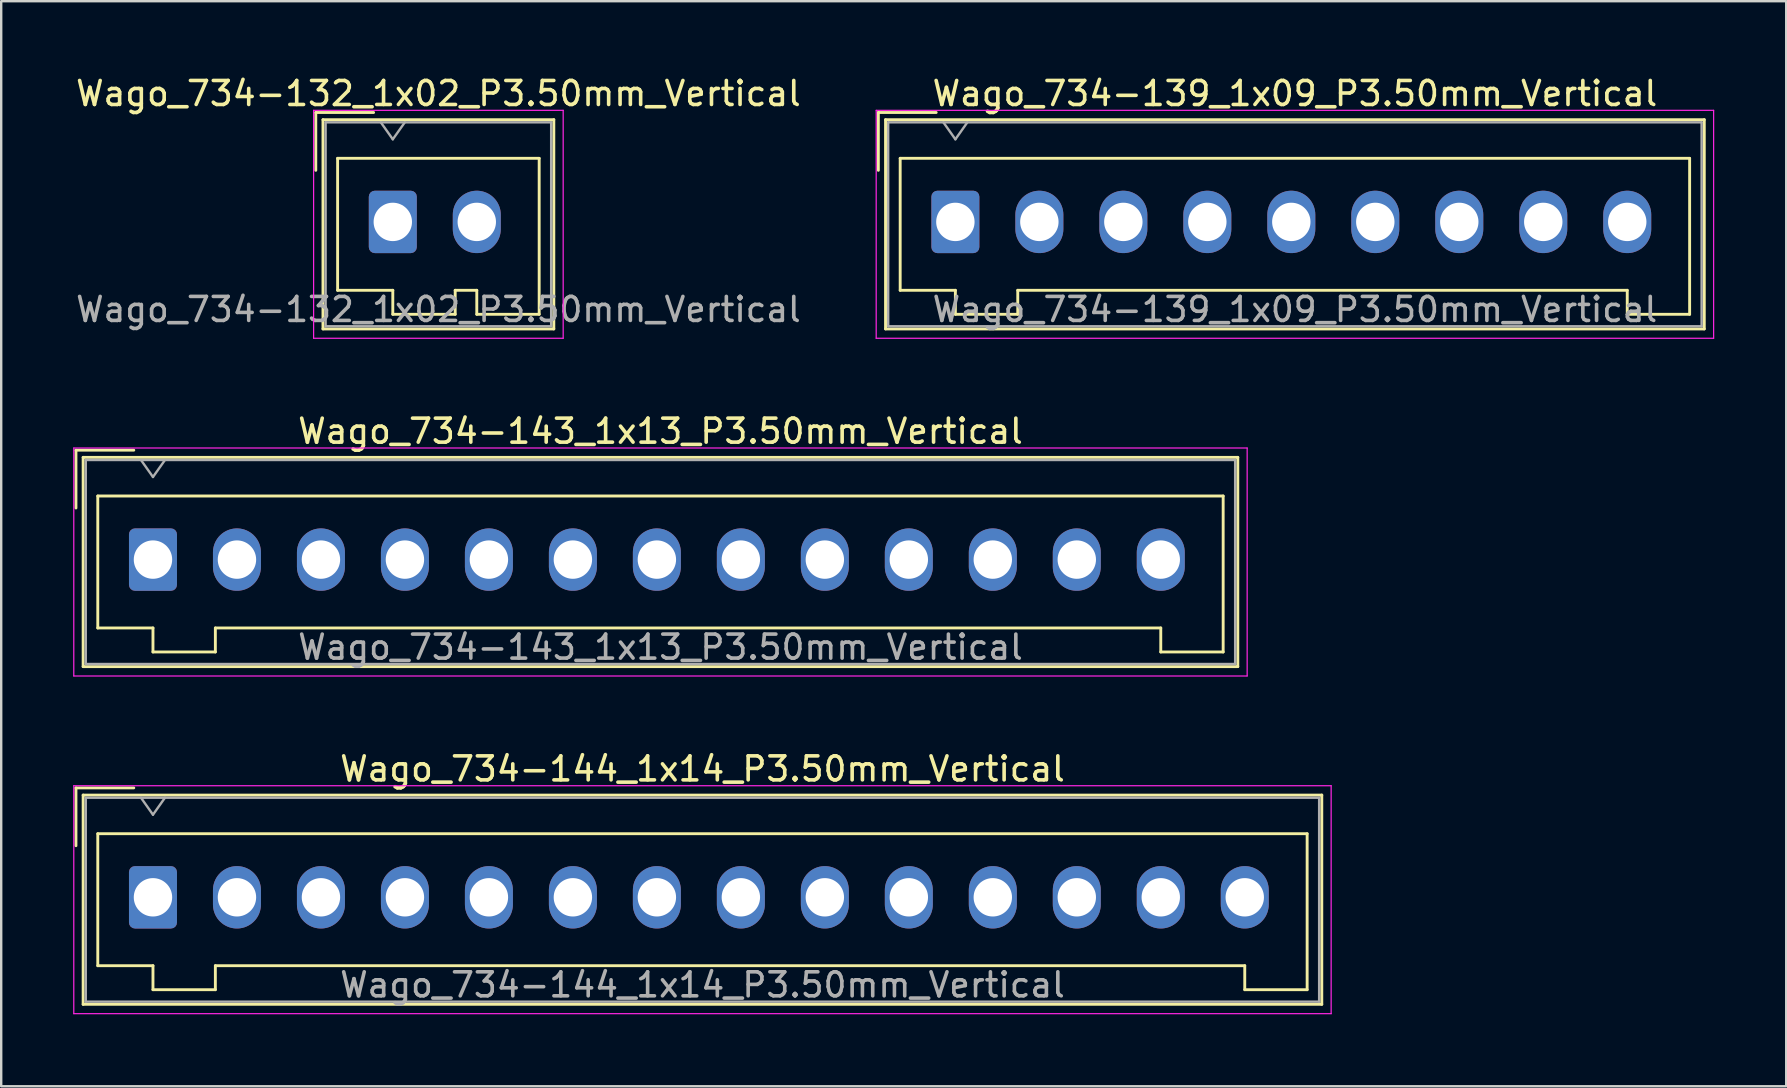
<source format=kicad_pcb>
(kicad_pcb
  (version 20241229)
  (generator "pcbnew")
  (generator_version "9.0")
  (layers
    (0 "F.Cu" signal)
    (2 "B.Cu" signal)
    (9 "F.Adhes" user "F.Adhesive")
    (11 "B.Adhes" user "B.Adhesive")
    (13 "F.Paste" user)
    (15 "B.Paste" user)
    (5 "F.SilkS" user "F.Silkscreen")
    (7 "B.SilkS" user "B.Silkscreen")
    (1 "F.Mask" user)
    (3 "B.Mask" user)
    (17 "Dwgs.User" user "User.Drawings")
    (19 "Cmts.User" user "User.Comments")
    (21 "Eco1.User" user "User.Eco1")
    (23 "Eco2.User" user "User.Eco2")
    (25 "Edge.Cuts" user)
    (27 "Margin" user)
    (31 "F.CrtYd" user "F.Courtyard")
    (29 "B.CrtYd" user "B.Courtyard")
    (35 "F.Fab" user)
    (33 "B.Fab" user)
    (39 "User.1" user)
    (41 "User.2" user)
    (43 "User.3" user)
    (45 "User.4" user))
  (footprint "Wago_734-132_1x02_P3.50mm_Vertical"
    (layer "F.Cu")
    (at 13.32 6.198)
    (property "Reference" "Wago_734-132_1x02_P3.50mm_Vertical" (at 1.9 -5.35 0) (layer "F.SilkS") (effects (font (size 1 1) (thickness 0.15))))
    (attr through_hole)
    (fp_line (start -3.21 -4.56) (end -0.8 -4.56) (stroke (width 0.12) (type solid)) (layer "F.SilkS"))
    (fp_line (start -3.21 -2.15) (end -3.21 -4.56) (stroke (width 0.12) (type solid)) (layer "F.SilkS"))
    (fp_line (start -2.91 -4.26) (end -2.91 4.46) (stroke (width 0.12) (type solid)) (layer "F.SilkS"))
    (fp_line (start -2.91 4.46) (end 6.71 4.46) (stroke (width 0.12) (type solid)) (layer "F.SilkS"))
    (fp_line (start -2.3 -2.65) (end -2.3 2.85) (stroke (width 0.12) (type solid)) (layer "F.SilkS"))
    (fp_line (start -2.3 2.85) (end 0 2.85) (stroke (width 0.12) (type solid)) (layer "F.SilkS"))
    (fp_line (start 0 2.85) (end 0 3.85) (stroke (width 0.12) (type solid)) (layer "F.SilkS"))
    (fp_line (start 0 3.85) (end 2.6 3.85) (stroke (width 0.12) (type solid)) (layer "F.SilkS"))
    (fp_line (start 2.6 2.85) (end 3.5 2.85) (stroke (width 0.12) (type solid)) (layer "F.SilkS"))
    (fp_line (start 2.6 3.85) (end 2.6 2.85) (stroke (width 0.12) (type solid)) (layer "F.SilkS"))
    (fp_line (start 3.5 2.85) (end 3.5 3.85) (stroke (width 0.12) (type solid)) (layer "F.SilkS"))
    (fp_line (start 3.5 3.85) (end 6.1 3.85) (stroke (width 0.12) (type solid)) (layer "F.SilkS"))
    (fp_line (start 6.1 -2.65) (end -2.3 -2.65) (stroke (width 0.12) (type solid)) (layer "F.SilkS"))
    (fp_line (start 6.1 3.85) (end 6.1 -2.65) (stroke (width 0.12) (type solid)) (layer "F.SilkS"))
    (fp_line (start 6.71 -4.26) (end -2.91 -4.26) (stroke (width 0.12) (type solid)) (layer "F.SilkS"))
    (fp_line (start 6.71 4.46) (end 6.71 -4.26) (stroke (width 0.12) (type solid)) (layer "F.SilkS"))
    (fp_line (start -3.3 -4.65) (end -3.3 4.85) (stroke (width 0.05) (type solid)) (layer "F.CrtYd"))
    (fp_line (start -3.3 4.85) (end 7.1 4.85) (stroke (width 0.05) (type solid)) (layer "F.CrtYd"))
    (fp_line (start 7.1 -4.65) (end -3.3 -4.65) (stroke (width 0.05) (type solid)) (layer "F.CrtYd"))
    (fp_line (start 7.1 4.85) (end 7.1 -4.65) (stroke (width 0.05) (type solid)) (layer "F.CrtYd"))
    (fp_line (start -2.8 -4.15) (end -2.8 4.35) (stroke (width 0.1) (type solid)) (layer "F.Fab"))
    (fp_line (start -2.8 4.35) (end 6.6 4.35) (stroke (width 0.1) (type solid)) (layer "F.Fab"))
    (fp_line (start -0.5 -4.15) (end 0 -3.443) (stroke (width 0.1) (type solid)) (layer "F.Fab"))
    (fp_line (start 0 -3.443) (end 0.5 -4.15) (stroke (width 0.1) (type solid)) (layer "F.Fab"))
    (fp_line (start 6.6 -4.15) (end -2.8 -4.15) (stroke (width 0.1) (type solid)) (layer "F.Fab"))
    (fp_line (start 6.6 4.35) (end 6.6 -4.15) (stroke (width 0.1) (type solid)) (layer "F.Fab"))
    (fp_text user "${REFERENCE}" (at 1.9 3.65 0) (layer "F.Fab") (effects (font (size 1 1) (thickness 0.15))))
    (pad "1" thru_hole roundrect (at 0 0) (size 2 2.6) (drill 1.6) (layers "*.Cu" "*.Mask") (roundrect_rratio 0.125))
    (pad "2" thru_hole oval (at 3.5 0) (size 2 2.6) (drill 1.6) (layers "*.Cu" "*.Mask")))
  (footprint "Wago_734-139_1x09_P3.50mm_Vertical"
    (layer "F.Cu")
    (at 36.765 6.198)
    (property "Reference" "Wago_734-139_1x09_P3.50mm_Vertical" (at 14.15 -5.35 0) (layer "F.SilkS") (effects (font (size 1 1) (thickness 0.15))))
    (attr through_hole)
    (fp_line (start -3.21 -4.56) (end -0.8 -4.56) (stroke (width 0.12) (type solid)) (layer "F.SilkS"))
    (fp_line (start -3.21 -2.15) (end -3.21 -4.56) (stroke (width 0.12) (type solid)) (layer "F.SilkS"))
    (fp_line (start -2.91 -4.26) (end -2.91 4.46) (stroke (width 0.12) (type solid)) (layer "F.SilkS"))
    (fp_line (start -2.91 4.46) (end 31.21 4.46) (stroke (width 0.12) (type solid)) (layer "F.SilkS"))
    (fp_line (start -2.3 -2.65) (end -2.3 2.85) (stroke (width 0.12) (type solid)) (layer "F.SilkS"))
    (fp_line (start -2.3 2.85) (end 0 2.85) (stroke (width 0.12) (type solid)) (layer "F.SilkS"))
    (fp_line (start 0 2.85) (end 0 3.85) (stroke (width 0.12) (type solid)) (layer "F.SilkS"))
    (fp_line (start 0 3.85) (end 2.6 3.85) (stroke (width 0.12) (type solid)) (layer "F.SilkS"))
    (fp_line (start 2.6 2.85) (end 28 2.85) (stroke (width 0.12) (type solid)) (layer "F.SilkS"))
    (fp_line (start 2.6 3.85) (end 2.6 2.85) (stroke (width 0.12) (type solid)) (layer "F.SilkS"))
    (fp_line (start 28 2.85) (end 28 3.85) (stroke (width 0.12) (type solid)) (layer "F.SilkS"))
    (fp_line (start 28 3.85) (end 30.6 3.85) (stroke (width 0.12) (type solid)) (layer "F.SilkS"))
    (fp_line (start 30.6 -2.65) (end -2.3 -2.65) (stroke (width 0.12) (type solid)) (layer "F.SilkS"))
    (fp_line (start 30.6 3.85) (end 30.6 -2.65) (stroke (width 0.12) (type solid)) (layer "F.SilkS"))
    (fp_line (start 31.21 -4.26) (end -2.91 -4.26) (stroke (width 0.12) (type solid)) (layer "F.SilkS"))
    (fp_line (start 31.21 4.46) (end 31.21 -4.26) (stroke (width 0.12) (type solid)) (layer "F.SilkS"))
    (fp_line (start -3.3 -4.65) (end -3.3 4.85) (stroke (width 0.05) (type solid)) (layer "F.CrtYd"))
    (fp_line (start -3.3 4.85) (end 31.6 4.85) (stroke (width 0.05) (type solid)) (layer "F.CrtYd"))
    (fp_line (start 31.6 -4.65) (end -3.3 -4.65) (stroke (width 0.05) (type solid)) (layer "F.CrtYd"))
    (fp_line (start 31.6 4.85) (end 31.6 -4.65) (stroke (width 0.05) (type solid)) (layer "F.CrtYd"))
    (fp_line (start -2.8 -4.15) (end -2.8 4.35) (stroke (width 0.1) (type solid)) (layer "F.Fab"))
    (fp_line (start -2.8 4.35) (end 31.1 4.35) (stroke (width 0.1) (type solid)) (layer "F.Fab"))
    (fp_line (start -0.5 -4.15) (end 0 -3.443) (stroke (width 0.1) (type solid)) (layer "F.Fab"))
    (fp_line (start 0 -3.443) (end 0.5 -4.15) (stroke (width 0.1) (type solid)) (layer "F.Fab"))
    (fp_line (start 31.1 -4.15) (end -2.8 -4.15) (stroke (width 0.1) (type solid)) (layer "F.Fab"))
    (fp_line (start 31.1 4.35) (end 31.1 -4.15) (stroke (width 0.1) (type solid)) (layer "F.Fab"))
    (fp_text user "${REFERENCE}" (at 14.15 3.65 0) (layer "F.Fab") (effects (font (size 1 1) (thickness 0.15))))
    (pad "1" thru_hole roundrect (at 0 0) (size 2 2.6) (drill 1.6) (layers "*.Cu" "*.Mask") (roundrect_rratio 0.125))
    (pad "2" thru_hole oval (at 3.5 0) (size 2 2.6) (drill 1.6) (layers "*.Cu" "*.Mask"))
    (pad "3" thru_hole oval (at 7 0) (size 2 2.6) (drill 1.6) (layers "*.Cu" "*.Mask"))
    (pad "4" thru_hole oval (at 10.5 0) (size 2 2.6) (drill 1.6) (layers "*.Cu" "*.Mask"))
    (pad "5" thru_hole oval (at 14 0) (size 2 2.6) (drill 1.6) (layers "*.Cu" "*.Mask"))
    (pad "6" thru_hole oval (at 17.5 0) (size 2 2.6) (drill 1.6) (layers "*.Cu" "*.Mask"))
    (pad "7" thru_hole oval (at 21 0) (size 2 2.6) (drill 1.6) (layers "*.Cu" "*.Mask"))
    (pad "8" thru_hole oval (at 24.5 0) (size 2 2.6) (drill 1.6) (layers "*.Cu" "*.Mask"))
    (pad "9" thru_hole oval (at 28 0) (size 2 2.6) (drill 1.6) (layers "*.Cu" "*.Mask")))
  (footprint "Wago_734-144_1x14_P3.50mm_Vertical"
    (layer "F.Cu")
    (at 3.325 34.345)
    (property "Reference" "Wago_734-144_1x14_P3.50mm_Vertical" (at 22.9 -5.35 0) (layer "F.SilkS") (effects (font (size 1 1) (thickness 0.15))))
    (attr through_hole)
    (fp_line (start -3.21 -4.56) (end -0.8 -4.56) (stroke (width 0.12) (type solid)) (layer "F.SilkS"))
    (fp_line (start -3.21 -2.15) (end -3.21 -4.56) (stroke (width 0.12) (type solid)) (layer "F.SilkS"))
    (fp_line (start -2.91 -4.26) (end -2.91 4.46) (stroke (width 0.12) (type solid)) (layer "F.SilkS"))
    (fp_line (start -2.91 4.46) (end 48.71 4.46) (stroke (width 0.12) (type solid)) (layer "F.SilkS"))
    (fp_line (start -2.3 -2.65) (end -2.3 2.85) (stroke (width 0.12) (type solid)) (layer "F.SilkS"))
    (fp_line (start -2.3 2.85) (end 0 2.85) (stroke (width 0.12) (type solid)) (layer "F.SilkS"))
    (fp_line (start 0 2.85) (end 0 3.85) (stroke (width 0.12) (type solid)) (layer "F.SilkS"))
    (fp_line (start 0 3.85) (end 2.6 3.85) (stroke (width 0.12) (type solid)) (layer "F.SilkS"))
    (fp_line (start 2.6 2.85) (end 45.5 2.85) (stroke (width 0.12) (type solid)) (layer "F.SilkS"))
    (fp_line (start 2.6 3.85) (end 2.6 2.85) (stroke (width 0.12) (type solid)) (layer "F.SilkS"))
    (fp_line (start 45.5 2.85) (end 45.5 3.85) (stroke (width 0.12) (type solid)) (layer "F.SilkS"))
    (fp_line (start 45.5 3.85) (end 48.1 3.85) (stroke (width 0.12) (type solid)) (layer "F.SilkS"))
    (fp_line (start 48.1 -2.65) (end -2.3 -2.65) (stroke (width 0.12) (type solid)) (layer "F.SilkS"))
    (fp_line (start 48.1 3.85) (end 48.1 -2.65) (stroke (width 0.12) (type solid)) (layer "F.SilkS"))
    (fp_line (start 48.71 -4.26) (end -2.91 -4.26) (stroke (width 0.12) (type solid)) (layer "F.SilkS"))
    (fp_line (start 48.71 4.46) (end 48.71 -4.26) (stroke (width 0.12) (type solid)) (layer "F.SilkS"))
    (fp_line (start -3.3 -4.65) (end -3.3 4.85) (stroke (width 0.05) (type solid)) (layer "F.CrtYd"))
    (fp_line (start -3.3 4.85) (end 49.1 4.85) (stroke (width 0.05) (type solid)) (layer "F.CrtYd"))
    (fp_line (start 49.1 -4.65) (end -3.3 -4.65) (stroke (width 0.05) (type solid)) (layer "F.CrtYd"))
    (fp_line (start 49.1 4.85) (end 49.1 -4.65) (stroke (width 0.05) (type solid)) (layer "F.CrtYd"))
    (fp_line (start -2.8 -4.15) (end -2.8 4.35) (stroke (width 0.1) (type solid)) (layer "F.Fab"))
    (fp_line (start -2.8 4.35) (end 48.6 4.35) (stroke (width 0.1) (type solid)) (layer "F.Fab"))
    (fp_line (start -0.5 -4.15) (end 0 -3.443) (stroke (width 0.1) (type solid)) (layer "F.Fab"))
    (fp_line (start 0 -3.443) (end 0.5 -4.15) (stroke (width 0.1) (type solid)) (layer "F.Fab"))
    (fp_line (start 48.6 -4.15) (end -2.8 -4.15) (stroke (width 0.1) (type solid)) (layer "F.Fab"))
    (fp_line (start 48.6 4.35) (end 48.6 -4.15) (stroke (width 0.1) (type solid)) (layer "F.Fab"))
    (fp_text user "${REFERENCE}" (at 22.9 3.65 0) (layer "F.Fab") (effects (font (size 1 1) (thickness 0.15))))
    (pad "1" thru_hole roundrect (at 0 0) (size 2 2.6) (drill 1.6) (layers "*.Cu" "*.Mask") (roundrect_rratio 0.125))
    (pad "2" thru_hole oval (at 3.5 0) (size 2 2.6) (drill 1.6) (layers "*.Cu" "*.Mask"))
    (pad "3" thru_hole oval (at 7 0) (size 2 2.6) (drill 1.6) (layers "*.Cu" "*.Mask"))
    (pad "4" thru_hole oval (at 10.5 0) (size 2 2.6) (drill 1.6) (layers "*.Cu" "*.Mask"))
    (pad "5" thru_hole oval (at 14 0) (size 2 2.6) (drill 1.6) (layers "*.Cu" "*.Mask"))
    (pad "6" thru_hole oval (at 17.5 0) (size 2 2.6) (drill 1.6) (layers "*.Cu" "*.Mask"))
    (pad "7" thru_hole oval (at 21 0) (size 2 2.6) (drill 1.6) (layers "*.Cu" "*.Mask"))
    (pad "8" thru_hole oval (at 24.5 0) (size 2 2.6) (drill 1.6) (layers "*.Cu" "*.Mask"))
    (pad "9" thru_hole oval (at 28 0) (size 2 2.6) (drill 1.6) (layers "*.Cu" "*.Mask"))
    (pad "10" thru_hole oval (at 31.5 0) (size 2 2.6) (drill 1.6) (layers "*.Cu" "*.Mask"))
    (pad "11" thru_hole oval (at 35 0) (size 2 2.6) (drill 1.6) (layers "*.Cu" "*.Mask"))
    (pad "12" thru_hole oval (at 38.5 0) (size 2 2.6) (drill 1.6) (layers "*.Cu" "*.Mask"))
    (pad "13" thru_hole oval (at 42 0) (size 2 2.6) (drill 1.6) (layers "*.Cu" "*.Mask"))
    (pad "14" thru_hole oval (at 45.5 0) (size 2 2.6) (drill 1.6) (layers "*.Cu" "*.Mask")))
  (footprint "Wago_734-143_1x13_P3.50mm_Vertical"
    (layer "F.Cu")
    (at 3.325 20.271)
    (property "Reference" "Wago_734-143_1x13_P3.50mm_Vertical" (at 21.15 -5.35 0) (layer "F.SilkS") (effects (font (size 1 1) (thickness 0.15))))
    (attr through_hole)
    (fp_line (start -3.21 -4.56) (end -0.8 -4.56) (stroke (width 0.12) (type solid)) (layer "F.SilkS"))
    (fp_line (start -3.21 -2.15) (end -3.21 -4.56) (stroke (width 0.12) (type solid)) (layer "F.SilkS"))
    (fp_line (start -2.91 -4.26) (end -2.91 4.46) (stroke (width 0.12) (type solid)) (layer "F.SilkS"))
    (fp_line (start -2.91 4.46) (end 45.21 4.46) (stroke (width 0.12) (type solid)) (layer "F.SilkS"))
    (fp_line (start -2.3 -2.65) (end -2.3 2.85) (stroke (width 0.12) (type solid)) (layer "F.SilkS"))
    (fp_line (start -2.3 2.85) (end 0 2.85) (stroke (width 0.12) (type solid)) (layer "F.SilkS"))
    (fp_line (start 0 2.85) (end 0 3.85) (stroke (width 0.12) (type solid)) (layer "F.SilkS"))
    (fp_line (start 0 3.85) (end 2.6 3.85) (stroke (width 0.12) (type solid)) (layer "F.SilkS"))
    (fp_line (start 2.6 2.85) (end 42 2.85) (stroke (width 0.12) (type solid)) (layer "F.SilkS"))
    (fp_line (start 2.6 3.85) (end 2.6 2.85) (stroke (width 0.12) (type solid)) (layer "F.SilkS"))
    (fp_line (start 42 2.85) (end 42 3.85) (stroke (width 0.12) (type solid)) (layer "F.SilkS"))
    (fp_line (start 42 3.85) (end 44.6 3.85) (stroke (width 0.12) (type solid)) (layer "F.SilkS"))
    (fp_line (start 44.6 -2.65) (end -2.3 -2.65) (stroke (width 0.12) (type solid)) (layer "F.SilkS"))
    (fp_line (start 44.6 3.85) (end 44.6 -2.65) (stroke (width 0.12) (type solid)) (layer "F.SilkS"))
    (fp_line (start 45.21 -4.26) (end -2.91 -4.26) (stroke (width 0.12) (type solid)) (layer "F.SilkS"))
    (fp_line (start 45.21 4.46) (end 45.21 -4.26) (stroke (width 0.12) (type solid)) (layer "F.SilkS"))
    (fp_line (start -3.3 -4.65) (end -3.3 4.85) (stroke (width 0.05) (type solid)) (layer "F.CrtYd"))
    (fp_line (start -3.3 4.85) (end 45.6 4.85) (stroke (width 0.05) (type solid)) (layer "F.CrtYd"))
    (fp_line (start 45.6 -4.65) (end -3.3 -4.65) (stroke (width 0.05) (type solid)) (layer "F.CrtYd"))
    (fp_line (start 45.6 4.85) (end 45.6 -4.65) (stroke (width 0.05) (type solid)) (layer "F.CrtYd"))
    (fp_line (start -2.8 -4.15) (end -2.8 4.35) (stroke (width 0.1) (type solid)) (layer "F.Fab"))
    (fp_line (start -2.8 4.35) (end 45.1 4.35) (stroke (width 0.1) (type solid)) (layer "F.Fab"))
    (fp_line (start -0.5 -4.15) (end 0 -3.443) (stroke (width 0.1) (type solid)) (layer "F.Fab"))
    (fp_line (start 0 -3.443) (end 0.5 -4.15) (stroke (width 0.1) (type solid)) (layer "F.Fab"))
    (fp_line (start 45.1 -4.15) (end -2.8 -4.15) (stroke (width 0.1) (type solid)) (layer "F.Fab"))
    (fp_line (start 45.1 4.35) (end 45.1 -4.15) (stroke (width 0.1) (type solid)) (layer "F.Fab"))
    (fp_text user "${REFERENCE}" (at 21.15 3.65 0) (layer "F.Fab") (effects (font (size 1 1) (thickness 0.15))))
    (pad "1" thru_hole roundrect (at 0 0) (size 2 2.6) (drill 1.6) (layers "*.Cu" "*.Mask") (roundrect_rratio 0.125))
    (pad "2" thru_hole oval (at 3.5 0) (size 2 2.6) (drill 1.6) (layers "*.Cu" "*.Mask"))
    (pad "3" thru_hole oval (at 7 0) (size 2 2.6) (drill 1.6) (layers "*.Cu" "*.Mask"))
    (pad "4" thru_hole oval (at 10.5 0) (size 2 2.6) (drill 1.6) (layers "*.Cu" "*.Mask"))
    (pad "5" thru_hole oval (at 14 0) (size 2 2.6) (drill 1.6) (layers "*.Cu" "*.Mask"))
    (pad "6" thru_hole oval (at 17.5 0) (size 2 2.6) (drill 1.6) (layers "*.Cu" "*.Mask"))
    (pad "7" thru_hole oval (at 21 0) (size 2 2.6) (drill 1.6) (layers "*.Cu" "*.Mask"))
    (pad "8" thru_hole oval (at 24.5 0) (size 2 2.6) (drill 1.6) (layers "*.Cu" "*.Mask"))
    (pad "9" thru_hole oval (at 28 0) (size 2 2.6) (drill 1.6) (layers "*.Cu" "*.Mask"))
    (pad "10" thru_hole oval (at 31.5 0) (size 2 2.6) (drill 1.6) (layers "*.Cu" "*.Mask"))
    (pad "11" thru_hole oval (at 35 0) (size 2 2.6) (drill 1.6) (layers "*.Cu" "*.Mask"))
    (pad "12" thru_hole oval (at 38.5 0) (size 2 2.6) (drill 1.6) (layers "*.Cu" "*.Mask"))
    (pad "13" thru_hole oval (at 42 0) (size 2 2.6) (drill 1.6) (layers "*.Cu" "*.Mask")))
  (gr_rect
    (start -3 -3)
    (end 71.39 42.22)
    (stroke (width 0.1) (type default))
    (fill no)
    (layer "Edge.Cuts")))
</source>
